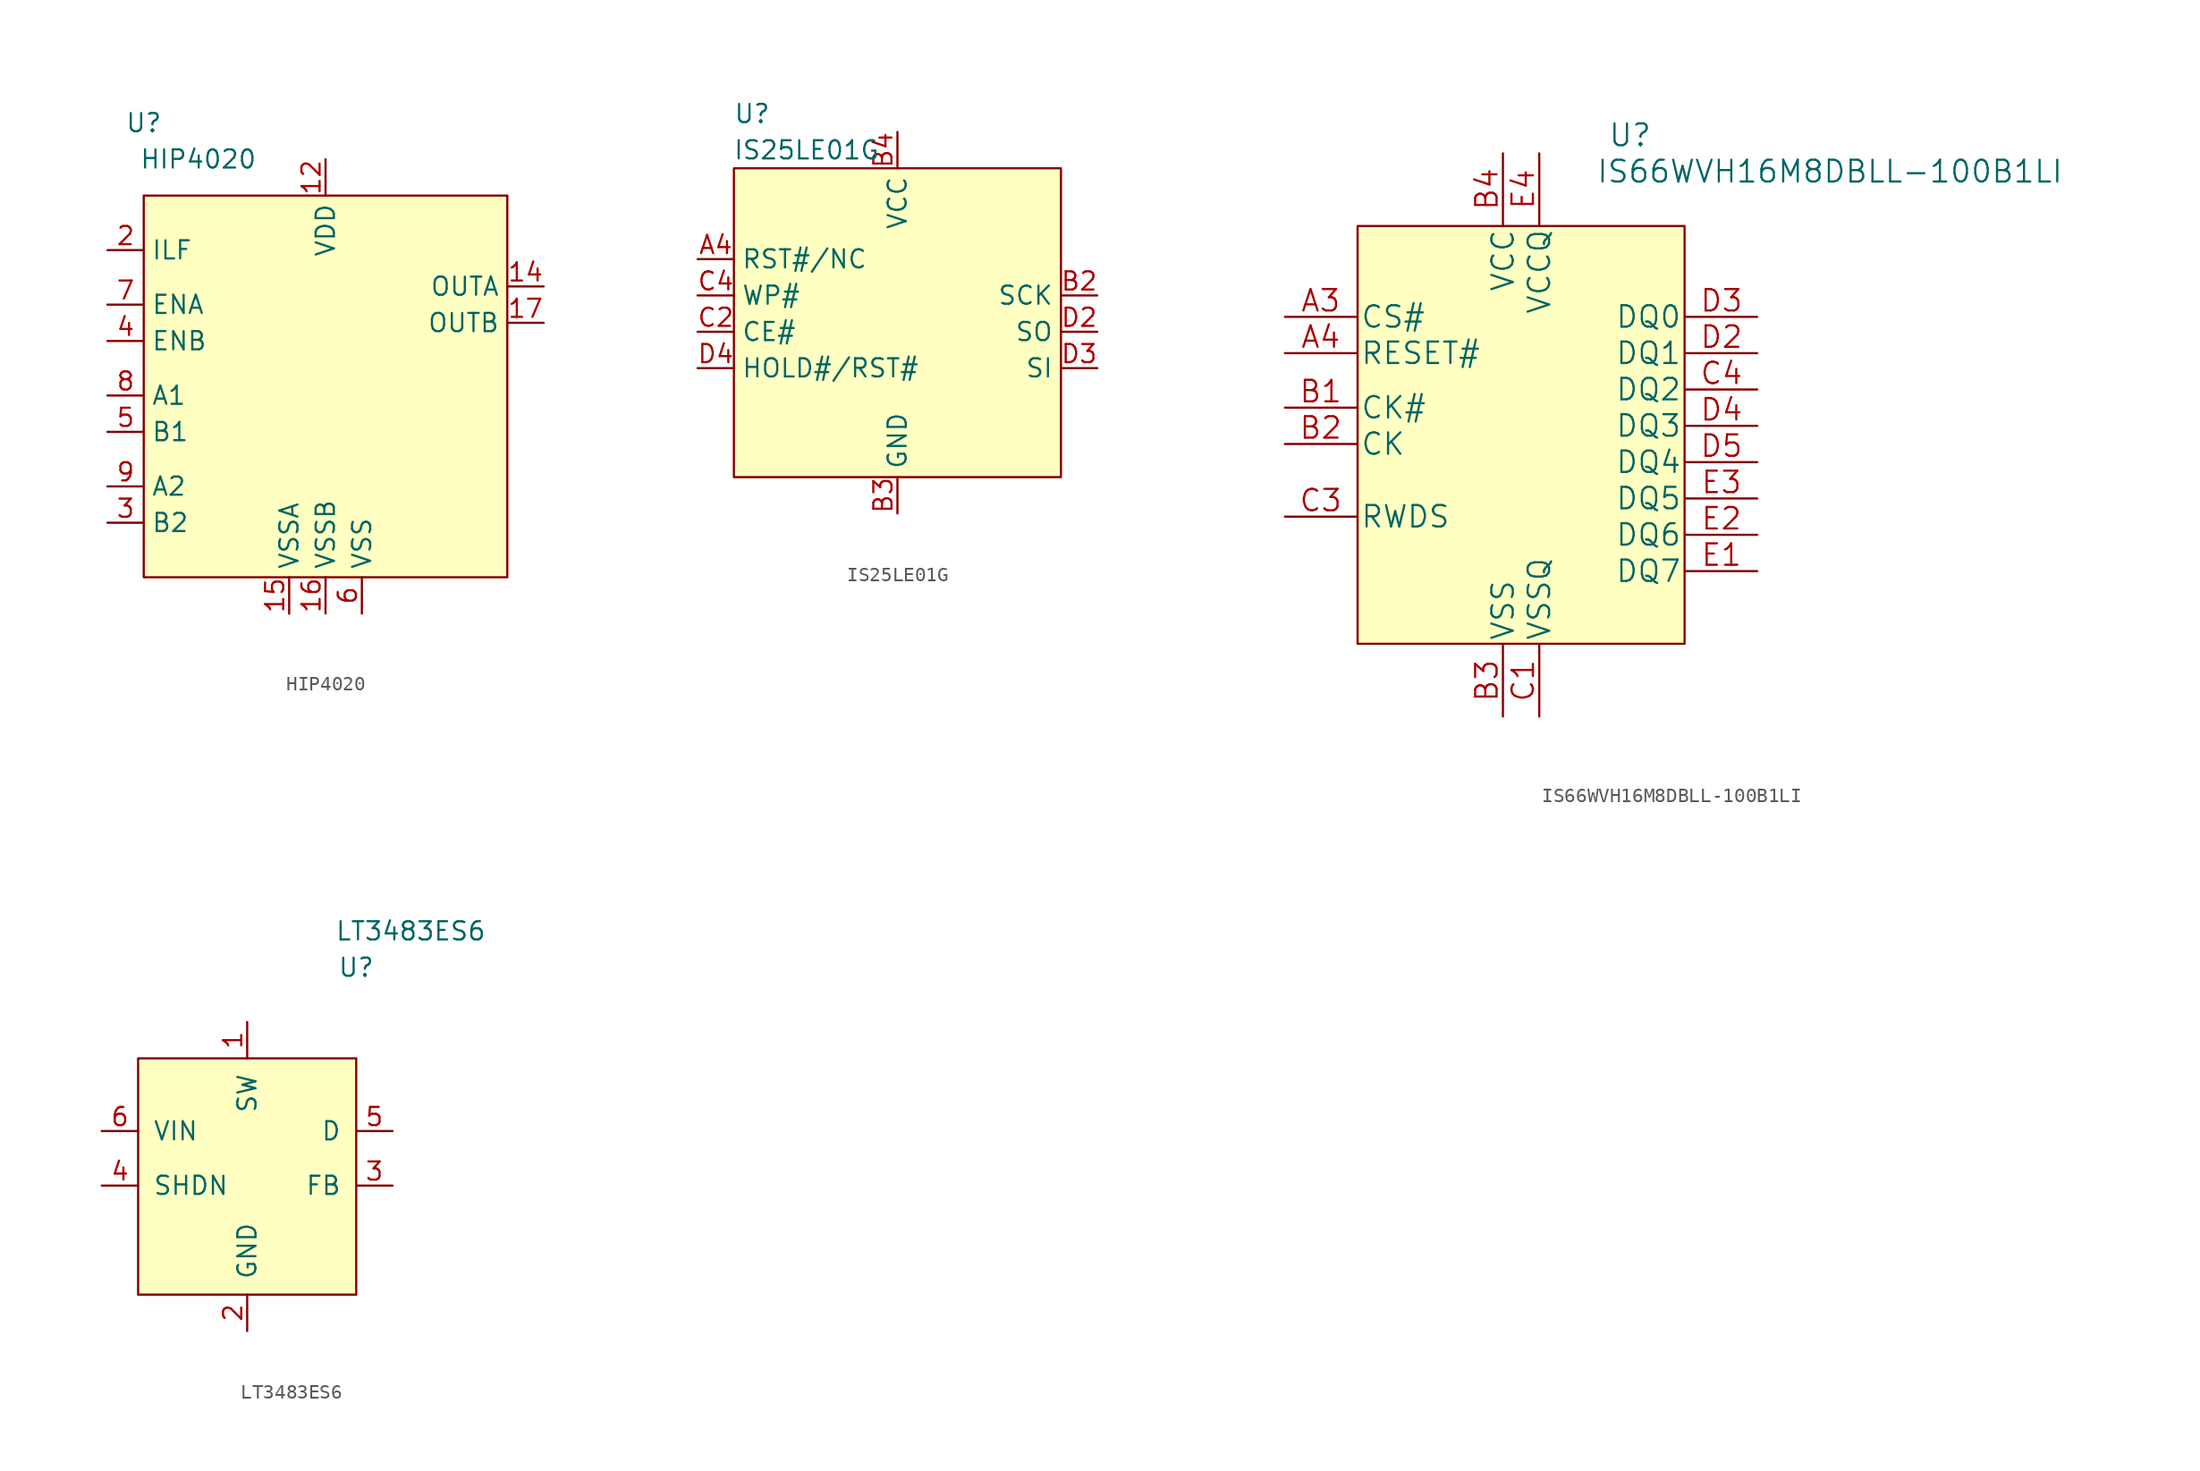
<source format=kicad_sym>
(kicad_symbol_lib
  (version 20211014)
  (generator kicad_symbol_editor)
  (symbol "HIP4020"
    (property "Reference" "U"
      (at -12.7 15.24 0)
      (effects (font (size 1.27 1.27))))
    (property "Value" "HIP4020"
      (at -8.89 12.7 0)
      (effects (font (size 1.27 1.27))))
    (symbol "HIP4020_0_0"
      (pin no_connect line (at 15.24 -7.62 180) (length 2.54) hide (name "NC" (effects (font (size 1.27 1.27)))) (number "1" (effects (font (size 1.27 1.27)))))
      (pin no_connect line (at 15.24 -7.62 180) (length 2.54) hide (name "NC" (effects (font (size 1.27 1.27)))) (number "10" (effects (font (size 1.27 1.27)))))
      (pin no_connect line (at 15.24 -7.62 180) (length 2.54) hide (name "NC" (effects (font (size 1.27 1.27)))) (number "11" (effects (font (size 1.27 1.27)))))
      (pin power_in line (at 0 12.7 270) (length 2.54) (name "VDD" (effects (font (size 1.27 1.27)))) (number "12" (effects (font (size 1.27 1.27)))))
      (pin no_connect line (at 15.24 -7.62 180) (length 2.54) hide (name "NC" (effects (font (size 1.27 1.27)))) (number "13" (effects (font (size 1.27 1.27)))))
      (pin power_out line (at 15.24 3.81 180) (length 2.54) (name "OUTA" (effects (font (size 1.27 1.27)))) (number "14" (effects (font (size 1.27 1.27)))))
      (pin power_in line (at -2.54 -19.05 90) (length 2.54) (name "VSSA" (effects (font (size 1.27 1.27)))) (number "15" (effects (font (size 1.27 1.27)))))
      (pin power_in line (at 0 -19.05 90) (length 2.54) (name "VSSB" (effects (font (size 1.27 1.27)))) (number "16" (effects (font (size 1.27 1.27)))))
      (pin power_out line (at 15.24 1.27 180) (length 2.54) (name "OUTB" (effects (font (size 1.27 1.27)))) (number "17" (effects (font (size 1.27 1.27)))))
      (pin no_connect line (at 15.24 -7.62 180) (length 2.54) hide (name "NC" (effects (font (size 1.27 1.27)))) (number "18" (effects (font (size 1.27 1.27)))))
      (pin power_in line (at 0 12.7 270) (length 2.54) hide (name "VDD" (effects (font (size 1.27 1.27)))) (number "19" (effects (font (size 1.27 1.27)))))
      (pin output line (at -15.24 6.35 0) (length 2.54) (name "ILF" (effects (font (size 1.27 1.27)))) (number "2" (effects (font (size 1.27 1.27)))))
      (pin no_connect line (at 15.24 -7.62 180) (length 2.54) hide (name "NC" (effects (font (size 1.27 1.27)))) (number "20" (effects (font (size 1.27 1.27)))))
      (pin input line (at -15.24 -12.7 0) (length 2.54) (name "B2" (effects (font (size 1.27 1.27)))) (number "3" (effects (font (size 1.27 1.27)))))
      (pin input line (at -15.24 0 0) (length 2.54) (name "ENB" (effects (font (size 1.27 1.27)))) (number "4" (effects (font (size 1.27 1.27)))))
      (pin input line (at -15.24 -6.35 0) (length 2.54) (name "B1" (effects (font (size 1.27 1.27)))) (number "5" (effects (font (size 1.27 1.27)))))
      (pin power_in line (at 2.54 -19.05 90) (length 2.54) (name "VSS" (effects (font (size 1.27 1.27)))) (number "6" (effects (font (size 1.27 1.27)))))
      (pin input line (at -15.24 2.54 0) (length 2.54) (name "ENA" (effects (font (size 1.27 1.27)))) (number "7" (effects (font (size 1.27 1.27)))))
      (pin input line (at -15.24 -3.81 0) (length 2.54) (name "A1" (effects (font (size 1.27 1.27)))) (number "8" (effects (font (size 1.27 1.27)))))
      (pin input line (at -15.24 -10.16 0) (length 2.54) (name "A2" (effects (font (size 1.27 1.27)))) (number "9" (effects (font (size 1.27 1.27))))))
    (symbol "HIP4020_0_1"
      (rectangle (start -12.7 10.16) (end 12.7 -16.51) (stroke (width 0.152) (type default) (color 0 0 0 0)) (fill (type background)))))
  (symbol "IS25LE01G"
    (property "Reference" "U"
      (at -10.16 15.24 0)
      (effects (font (size 1.27 1.27))))
    (property "Value" "IS25LE01G"
      (at -6.35 12.7 0)
      (effects (font (size 1.27 1.27))))
    (symbol "IS25LE01G_0_0"
      (pin no_connect line (at -13.97 -7.62 0) (length 2.54) hide (name "NC" (effects (font (size 1.27 1.27)))) (number "A2" (effects (font (size 1.27 1.27)))))
      (pin no_connect line (at -13.97 -7.62 0) (length 2.54) hide (name "NC" (effects (font (size 1.27 1.27)))) (number "A3" (effects (font (size 1.27 1.27)))))
      (pin input line (at -13.97 5.08 0) (length 2.54) (name "RST#/NC" (effects (font (size 1.27 1.27)))) (number "A4" (effects (font (size 1.27 1.27)))))
      (pin no_connect line (at -13.97 -7.62 0) (length 2.54) hide (name "NC" (effects (font (size 1.27 1.27)))) (number "A5" (effects (font (size 1.27 1.27)))))
      (pin no_connect line (at -13.97 -7.62 0) (length 2.54) hide (name "NC" (effects (font (size 1.27 1.27)))) (number "B1" (effects (font (size 1.27 1.27)))))
      (pin input line (at 13.97 2.54 180) (length 2.54) (name "SCK" (effects (font (size 1.27 1.27)))) (number "B2" (effects (font (size 1.27 1.27)))))
      (pin power_in line (at 0 -12.7 90) (length 2.54) (name "GND" (effects (font (size 1.27 1.27)))) (number "B3" (effects (font (size 1.27 1.27)))))
      (pin power_in line (at 0 13.97 270) (length 2.54) (name "VCC" (effects (font (size 1.27 1.27)))) (number "B4" (effects (font (size 1.27 1.27)))))
      (pin no_connect line (at -13.97 -7.62 0) (length 2.54) hide (name "NC" (effects (font (size 1.27 1.27)))) (number "B5" (effects (font (size 1.27 1.27)))))
      (pin no_connect line (at -13.97 -7.62 0) (length 2.54) hide (name "NC" (effects (font (size 1.27 1.27)))) (number "C1" (effects (font (size 1.27 1.27)))))
      (pin input line (at -13.97 0 0) (length 2.54) (name "CE#" (effects (font (size 1.27 1.27)))) (number "C2" (effects (font (size 1.27 1.27)))))
      (pin no_connect line (at -13.97 -7.62 0) (length 2.54) hide (name "NC" (effects (font (size 1.27 1.27)))) (number "C3" (effects (font (size 1.27 1.27)))))
      (pin input line (at -13.97 2.54 0) (length 2.54) (name "WP#" (effects (font (size 1.27 1.27)))) (number "C4" (effects (font (size 1.27 1.27)))))
      (pin no_connect line (at -13.97 -7.62 0) (length 2.54) hide (name "NC" (effects (font (size 1.27 1.27)))) (number "C5" (effects (font (size 1.27 1.27)))))
      (pin no_connect line (at -13.97 -7.62 0) (length 2.54) hide (name "NC" (effects (font (size 1.27 1.27)))) (number "D1" (effects (font (size 1.27 1.27)))))
      (pin output line (at 13.97 0 180) (length 2.54) (name "SO" (effects (font (size 1.27 1.27)))) (number "D2" (effects (font (size 1.27 1.27)))))
      (pin input line (at 13.97 -2.54 180) (length 2.54) (name "SI" (effects (font (size 1.27 1.27)))) (number "D3" (effects (font (size 1.27 1.27)))))
      (pin input line (at -13.97 -2.54 0) (length 2.54) (name "HOLD#/RST#" (effects (font (size 1.27 1.27)))) (number "D4" (effects (font (size 1.27 1.27)))))
      (pin no_connect line (at -13.97 -7.62 0) (length 2.54) hide (name "NC" (effects (font (size 1.27 1.27)))) (number "D5" (effects (font (size 1.27 1.27)))))
      (pin no_connect line (at -13.97 -7.62 0) (length 2.54) hide (name "NC" (effects (font (size 1.27 1.27)))) (number "E1" (effects (font (size 1.27 1.27)))))
      (pin no_connect line (at -13.97 -7.62 0) (length 2.54) hide (name "NC" (effects (font (size 1.27 1.27)))) (number "E2" (effects (font (size 1.27 1.27)))))
      (pin no_connect line (at -13.97 -7.62 0) (length 2.54) hide (name "NC" (effects (font (size 1.27 1.27)))) (number "E3" (effects (font (size 1.27 1.27)))))
      (pin no_connect line (at -13.97 -7.62 0) (length 2.54) hide (name "NC" (effects (font (size 1.27 1.27)))) (number "E4" (effects (font (size 1.27 1.27)))))
      (pin no_connect line (at -13.97 -7.62 0) (length 2.54) hide (name "NC" (effects (font (size 1.27 1.27)))) (number "E5" (effects (font (size 1.27 1.27))))))
    (symbol "IS25LE01G_0_1"
      (rectangle (start -11.43 11.43) (end 11.43 -10.16) (stroke (width 0.152) (type default) (color 0 0 0 0)) (fill (type background)))))
  (symbol "IS66WVH16M8DBLL-100B1LI"
    (pin_names
      (offset 0.254))
    (property "Reference" "U"
      (at 31.75 11.43 0)
      (effects (font (size 1.524 1.524))))
    (property "Value" "IS66WVH16M8DBLL-100B1LI"
      (at 45.72 8.89 0)
      (effects (font (size 1.524 1.524))))
    (property "Datasheet" ""
      (at 7.62 1.27 0)
      (effects (font (size 1.524 1.524))))
    (property "ki_locked" ""
      (at 0 0 0)
      (effects (font (size 1.27 1.27))))
    (symbol "IS66WVH16M8DBLL-100B1LI_1_0"
      (pin input line (at 7.62 -1.27 0) (length 5) (name "CS#" (effects (font (size 1.499 1.499)))) (number "A3" (effects (font (size 1.499 1.499)))))
      (pin input line (at 7.62 -3.81 0) (length 5) (name "RESET#" (effects (font (size 1.499 1.499)))) (number "A4" (effects (font (size 1.499 1.499)))))
      (pin unspecified line (at 7.62 -15.24 0) (length 5) (name "RWDS" (effects (font (size 1.499 1.499)))) (number "C3" (effects (font (size 1.499 1.499))))))
    (symbol "IS66WVH16M8DBLL-100B1LI_1_1"
      (rectangle (start 12.7 5.08) (end 35.56 -24.13) (stroke (width 0.152) (type default) (color 0 0 0 0)) (fill (type background)))
      (pin no_connect line (at 7.62 -19.05 0) (length 5) hide (name "RFU" (effects (font (size 1.499 1.499)))) (number "A2" (effects (font (size 1.499 1.499)))))
      (pin no_connect line (at 7.62 -19.05 0) (length 5) hide (name "RFU" (effects (font (size 1.499 1.499)))) (number "A5" (effects (font (size 1.499 1.499)))))
      (pin input line (at 7.62 -7.62 0) (length 5) (name "CK#" (effects (font (size 1.499 1.499)))) (number "B1" (effects (font (size 1.499 1.499)))))
      (pin input line (at 7.62 -10.16 0) (length 5) (name "CK" (effects (font (size 1.499 1.499)))) (number "B2" (effects (font (size 1.499 1.499)))))
      (pin power_in line (at 22.86 -29.21 90) (length 5) (name "VSS" (effects (font (size 1.499 1.499)))) (number "B3" (effects (font (size 1.499 1.499)))))
      (pin power_in line (at 22.86 10.16 270) (length 5) (name "VCC" (effects (font (size 1.499 1.499)))) (number "B4" (effects (font (size 1.499 1.499)))))
      (pin power_out line (at 7.62 -19.05 0) (length 5) hide (name "RFU" (effects (font (size 1.499 1.499)))) (number "B5" (effects (font (size 1.499 1.499)))))
      (pin power_in line (at 25.4 -29.21 90) (length 5) (name "VSSQ" (effects (font (size 1.499 1.499)))) (number "C1" (effects (font (size 1.499 1.499)))))
      (pin no_connect line (at 7.62 -19.05 0) (length 5) hide (name "RFU" (effects (font (size 1.499 1.499)))) (number "C2" (effects (font (size 1.499 1.499)))))
      (pin bidirectional line (at 40.64 -6.35 180) (length 5) (name "DQ2" (effects (font (size 1.499 1.499)))) (number "C4" (effects (font (size 1.499 1.499)))))
      (pin no_connect line (at 7.62 -19.05 0) (length 5) hide (name "RFU" (effects (font (size 1.499 1.499)))) (number "C5" (effects (font (size 1.499 1.499)))))
      (pin power_in line (at 25.4 10.16 270) (length 5) hide (name "VCCQ" (effects (font (size 1.499 1.499)))) (number "D1" (effects (font (size 1.499 1.499)))))
      (pin bidirectional line (at 40.64 -3.81 180) (length 5) (name "DQ1" (effects (font (size 1.499 1.499)))) (number "D2" (effects (font (size 1.499 1.499)))))
      (pin bidirectional line (at 40.64 -1.27 180) (length 5) (name "DQ0" (effects (font (size 1.499 1.499)))) (number "D3" (effects (font (size 1.499 1.499)))))
      (pin bidirectional line (at 40.64 -8.89 180) (length 5) (name "DQ3" (effects (font (size 1.499 1.499)))) (number "D4" (effects (font (size 1.499 1.499)))))
      (pin bidirectional line (at 40.64 -11.43 180) (length 5) (name "DQ4" (effects (font (size 1.499 1.499)))) (number "D5" (effects (font (size 1.499 1.499)))))
      (pin bidirectional line (at 40.64 -19.05 180) (length 5) (name "DQ7" (effects (font (size 1.499 1.499)))) (number "E1" (effects (font (size 1.499 1.499)))))
      (pin bidirectional line (at 40.64 -16.51 180) (length 5) (name "DQ6" (effects (font (size 1.499 1.499)))) (number "E2" (effects (font (size 1.499 1.499)))))
      (pin bidirectional line (at 40.64 -13.97 180) (length 5) (name "DQ5" (effects (font (size 1.499 1.499)))) (number "E3" (effects (font (size 1.499 1.499)))))
      (pin power_in line (at 25.4 10.16 270) (length 5) (name "VCCQ" (effects (font (size 1.499 1.499)))) (number "E4" (effects (font (size 1.499 1.499)))))
      (pin power_in line (at 25.4 -29.21 90) (length 5) hide (name "VSSQ" (effects (font (size 1.499 1.499)))) (number "E5" (effects (font (size 1.499 1.499)))))))
  (symbol "LT3483ES6"
    (pin_names
      (offset 1.016))
    (property "Reference" "U"
      (at 7.62 12.7 0)
      (effects (font (size 1.27 1.27))))
    (property "Value" "LT3483ES6"
      (at 11.43 15.24 0)
      (effects (font (size 1.27 1.27))))
    (symbol "LT3483ES6_0_0"
      (pin bidirectional line (at 0 8.89 270) (length 2.54) (name "SW" (effects (font (size 1.27 1.27)))) (number "1" (effects (font (size 1.27 1.27)))))
      (pin power_in line (at 0 -12.7 90) (length 2.54) (name "GND" (effects (font (size 1.27 1.27)))) (number "2" (effects (font (size 1.27 1.27)))))
      (pin input line (at 10.16 -2.54 180) (length 2.54) (name "FB" (effects (font (size 1.27 1.27)))) (number "3" (effects (font (size 1.27 1.27)))))
      (pin input line (at -10.16 -2.54 0) (length 2.54) (name "SHDN" (effects (font (size 1.27 1.27)))) (number "4" (effects (font (size 1.27 1.27)))))
      (pin power_in line (at 10.16 1.27 180) (length 2.54) (name "D" (effects (font (size 1.27 1.27)))) (number "5" (effects (font (size 1.27 1.27)))))
      (pin power_in line (at -10.16 1.27 0) (length 2.54) (name "VIN" (effects (font (size 1.27 1.27)))) (number "6" (effects (font (size 1.27 1.27))))))
    (symbol "LT3483ES6_0_1"
      (rectangle (start -7.62 6.35) (end 7.62 -10.16) (stroke (width 0) (type default) (color 0 0 0 0)) (fill (type background))))))
</source>
